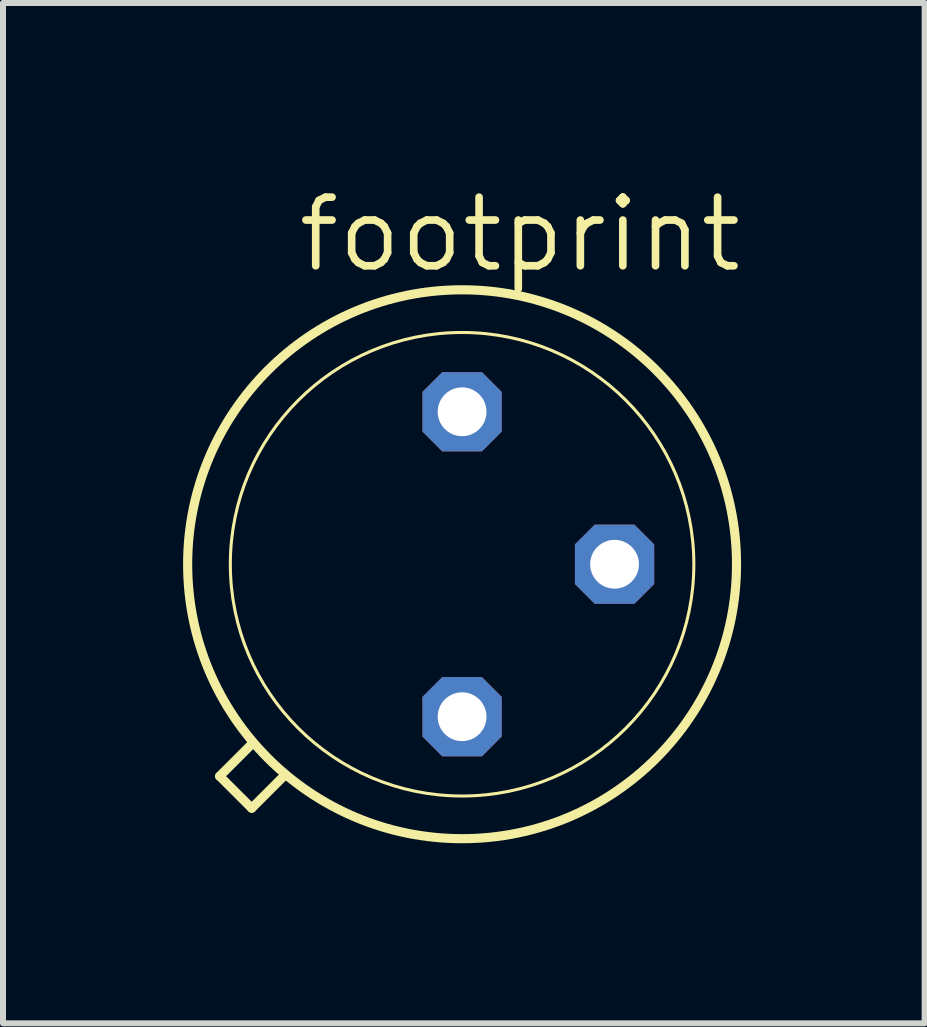
<source format=kicad_pcb>
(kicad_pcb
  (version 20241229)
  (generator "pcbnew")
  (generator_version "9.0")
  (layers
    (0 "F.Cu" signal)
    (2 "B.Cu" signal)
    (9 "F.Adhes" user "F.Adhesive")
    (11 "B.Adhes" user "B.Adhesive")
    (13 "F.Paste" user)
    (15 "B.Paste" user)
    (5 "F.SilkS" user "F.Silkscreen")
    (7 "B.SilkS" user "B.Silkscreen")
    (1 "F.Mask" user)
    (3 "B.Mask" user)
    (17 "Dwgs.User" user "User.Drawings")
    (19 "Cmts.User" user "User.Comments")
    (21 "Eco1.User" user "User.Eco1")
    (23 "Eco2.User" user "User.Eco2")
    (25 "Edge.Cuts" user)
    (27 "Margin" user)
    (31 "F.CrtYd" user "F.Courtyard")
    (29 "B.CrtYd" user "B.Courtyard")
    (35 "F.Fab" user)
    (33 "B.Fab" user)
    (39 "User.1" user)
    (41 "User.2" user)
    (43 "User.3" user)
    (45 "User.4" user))
  (footprint "footprint"
    (layer "F.Cu")
    (at 4.648 6.35)
    (property "Reference" "footprint" (at -2.794 -4.826 0) (layer "F.SilkS") (effects (font (size 1.143 1.143) (thickness 0.127)) (justify left bottom)))
    (fp_line (start -4.039 3.531) (end -3.505 2.997) (stroke (width 0.152) (type solid)) (layer "F.SilkS"))
    (fp_line (start -3.505 4.064) (end -4.039 3.531) (stroke (width 0.152) (type solid)) (layer "F.SilkS"))
    (fp_line (start -2.972 3.531) (end -3.505 4.064) (stroke (width 0.152) (type solid)) (layer "F.SilkS"))
    (fp_circle (center 0 0) (end 3.861 0) (stroke (width 0.051) (type solid)) (fill no) (layer "F.SilkS"))
    (fp_circle (center 0 0) (end 4.572 0) (stroke (width 0.152) (type solid)) (fill no) (layer "F.SilkS"))
    (pad "1" thru_hole roundrect (at 0 2.54) (size 1.321 1.321) (drill 0.813) (layers "*.Cu" "*.Mask") (roundrect_rratio 0.25) (chamfer_ratio 0.25) (chamfer top_left top_right bottom_left bottom_right))
    (pad "2" thru_hole roundrect (at 2.54 0) (size 1.321 1.321) (drill 0.813) (layers "*.Cu" "*.Mask") (roundrect_rratio 0.25) (chamfer_ratio 0.25) (chamfer top_left top_right bottom_left bottom_right))
    (pad "3" thru_hole roundrect (at 0 -2.54) (size 1.321 1.321) (drill 0.813) (layers "*.Cu" "*.Mask") (roundrect_rratio 0.25) (chamfer_ratio 0.25) (chamfer top_left top_right bottom_left bottom_right)))
  (gr_rect
    (start -3 -3)
    (end 12.354 13.998)
    (stroke (width 0.1) (type default))
    (fill no)
    (layer "Edge.Cuts")))
</source>
